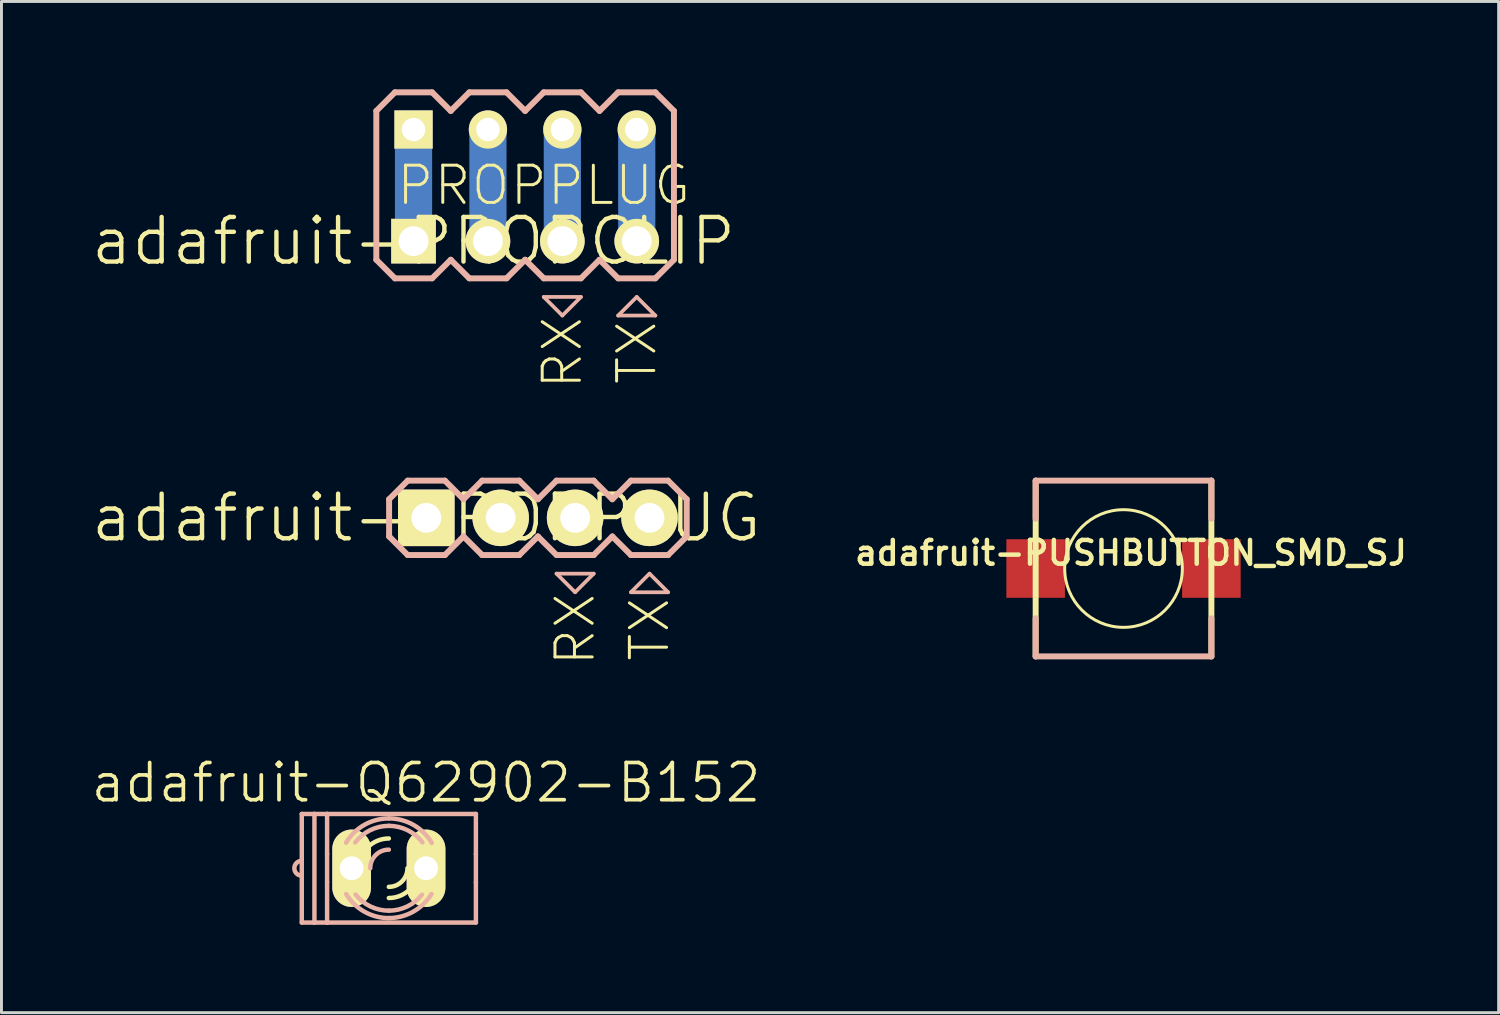
<source format=kicad_pcb>
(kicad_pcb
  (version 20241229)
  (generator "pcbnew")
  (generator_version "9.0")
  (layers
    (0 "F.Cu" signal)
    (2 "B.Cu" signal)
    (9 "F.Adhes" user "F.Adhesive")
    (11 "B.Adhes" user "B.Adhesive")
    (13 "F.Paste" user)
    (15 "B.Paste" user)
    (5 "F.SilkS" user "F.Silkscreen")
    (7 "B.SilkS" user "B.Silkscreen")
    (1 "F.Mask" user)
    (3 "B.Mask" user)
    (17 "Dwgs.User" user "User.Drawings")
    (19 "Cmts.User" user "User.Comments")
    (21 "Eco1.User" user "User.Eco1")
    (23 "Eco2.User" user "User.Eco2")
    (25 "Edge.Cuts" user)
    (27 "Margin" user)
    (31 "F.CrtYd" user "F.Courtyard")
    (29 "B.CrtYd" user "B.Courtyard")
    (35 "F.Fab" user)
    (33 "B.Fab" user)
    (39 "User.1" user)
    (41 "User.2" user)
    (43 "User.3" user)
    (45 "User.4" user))
  (footprint "adafruit-Q62902-B152"
    (layer "F.Cu")
    (at 10.224 26.59)
    (property "Reference" "adafruit-Q62902-B152" (at 1.27 -2.921 0) (layer "F.SilkS") (effects (font (size 1.27 1.27) (thickness 0.127))))
    (attr exclude_from_pos_files exclude_from_bom)
    (fp_arc (start -1.7018 0) (mid -1.636284 -0.467652) (end -1.44478 -0.899296) (stroke (width 0.1524) (type solid)) (layer "F.SilkS"))
    (fp_arc (start -1.4478 0) (mid -1.370559 -0.466576) (end -1.147077 -0.883368) (stroke (width 0.1524) (type solid)) (layer "F.SilkS"))
    (fp_arc (start -1.4478 0.889) (mid -1.634753 0.462631) (end -1.698954 0.001524) (stroke (width 0.1524) (type solid)) (layer "F.SilkS"))
    (fp_arc (start -1.1303 0.90424) (mid -1.365643 0.479842) (end -1.447489 0.001511) (stroke (width 0.1524) (type solid)) (layer "F.SilkS"))
    (fp_arc (start -1.016 0) (mid -0.71842 -0.71842) (end 0 -1.016) (stroke (width 0.1524) (type solid)) (layer "F.SilkS"))
    (fp_arc (start 0.635 0) (mid 0.449013 0.449013) (end 0 0.635) (stroke (width 0.1524) (type solid)) (layer "F.SilkS"))
    (fp_arc (start 1.016 0) (mid 0.71842 0.71842) (end 0 1.016) (stroke (width 0.1524) (type solid)) (layer "F.SilkS"))
    (fp_arc (start 1.13792 -0.89154) (mid 1.366181 -0.472497) (end 1.44558 -0.00197) (stroke (width 0.1524) (type solid)) (layer "F.SilkS"))
    (fp_arc (start 1.4478 0) (mid 1.365598 0.480903) (end 1.128326 0.907197) (stroke (width 0.1524) (type solid)) (layer "F.SilkS"))
    (fp_arc (start 1.45034 -0.88646) (mid 1.636107 -0.460925) (end 1.699793 -0.000998) (stroke (width 0.1524) (type solid)) (layer "F.SilkS"))
    (fp_arc (start 1.7018 0) (mid 1.636691 0.466224) (end 1.446347 0.896773) (stroke (width 0.1524) (type solid)) (layer "F.SilkS"))
    (fp_line (start -2.972 1.854) (end -2.972 -1.854) (stroke (width 0.152) (type solid)) (layer "B.SilkS"))
    (fp_line (start -2.54 -1.854) (end -2.972 -1.854) (stroke (width 0.152) (type solid)) (layer "B.SilkS"))
    (fp_line (start -2.54 1.854) (end -2.972 1.854) (stroke (width 0.152) (type solid)) (layer "B.SilkS"))
    (fp_line (start -2.54 1.854) (end -2.54 -1.854) (stroke (width 0.152) (type solid)) (layer "B.SilkS"))
    (fp_line (start -2.108 -1.854) (end -2.54 -1.854) (stroke (width 0.152) (type solid)) (layer "B.SilkS"))
    (fp_line (start -2.108 -1.854) (end -2.108 -0.483) (stroke (width 0.152) (type solid)) (layer "B.SilkS"))
    (fp_line (start -2.108 -1.854) (end 2.972 -1.854) (stroke (width 0.152) (type solid)) (layer "B.SilkS"))
    (fp_line (start -2.108 -0.483) (end -2.108 0.483) (stroke (width 0.152) (type solid)) (layer "B.SilkS"))
    (fp_line (start -2.108 0.483) (end -2.108 1.854) (stroke (width 0.152) (type solid)) (layer "B.SilkS"))
    (fp_line (start -2.108 1.854) (end -2.54 1.854) (stroke (width 0.152) (type solid)) (layer "B.SilkS"))
    (fp_line (start 2.972 -1.854) (end 2.972 -0.483) (stroke (width 0.152) (type solid)) (layer "B.SilkS"))
    (fp_line (start 2.972 -0.483) (end 2.972 0.483) (stroke (width 0.152) (type solid)) (layer "B.SilkS"))
    (fp_line (start 2.972 0.483) (end 2.972 1.854) (stroke (width 0.152) (type solid)) (layer "B.SilkS"))
    (fp_line (start 2.972 1.854) (end -2.108 1.854) (stroke (width 0.152) (type solid)) (layer "B.SilkS"))
    (fp_arc (start -2.9718 0.254) (mid -3.2258 0) (end -2.9718 -0.254) (stroke (width 0.1524) (type solid)) (layer "B.SilkS"))
    (fp_arc (start -1.4605 -0.87122) (mid -0.839566 -1.478923) (end 0.000504 -1.700613) (stroke (width 0.1524) (type solid)) (layer "B.SilkS"))
    (fp_arc (start -1.14808 -0.88138) (mid -0.64099 -1.29771) (end -0.002187 -1.447382) (stroke (width 0.1524) (type solid)) (layer "B.SilkS"))
    (fp_arc (start -0.635 0) (mid -0.449013 -0.449013) (end 0 -0.635) (stroke (width 0.1524) (type solid)) (layer "B.SilkS"))
    (fp_arc (start 0 -1.7018) (mid 0.844461 -1.477501) (end 1.466321 -0.863729) (stroke (width 0.1524) (type solid)) (layer "B.SilkS"))
    (fp_arc (start 0 -1.4478) (mid 0.639212 -1.299051) (end 1.147077 -0.883368) (stroke (width 0.1524) (type solid)) (layer "B.SilkS"))
    (fp_arc (start 0 1.4478) (mid -0.630127 1.303482) (end -1.134631 0.899298) (stroke (width 0.1524) (type solid)) (layer "B.SilkS"))
    (fp_arc (start 0 1.7018) (mid -0.83542 1.482632) (end -1.455659 0.881578) (stroke (width 0.1524) (type solid)) (layer "B.SilkS"))
    (fp_arc (start 1.1303 0.90424) (mid 0.627494 1.304408) (end 0.001015 1.44749) (stroke (width 0.1524) (type solid)) (layer "B.SilkS"))
    (fp_arc (start 1.45542 0.87884) (mid 0.836556 1.480129) (end 0.002219 1.700177) (stroke (width 0.1524) (type solid)) (layer "B.SilkS"))
    (pad "A" thru_hole oval (at 1.27 0 180) (size 1.321 2.642) (drill 0.813) (layers "*.Cu" "F.Mask" "F.SilkS" "F.Paste"))
    (pad "K" thru_hole oval (at -1.27 0 180) (size 1.321 2.642) (drill 0.813) (layers "*.Cu" "F.Mask" "F.SilkS" "F.Paste")))
  (footprint "adafruit-PUSHBUTTON_SMD_SJ"
    (layer "F.Cu")
    (at 35.304 16.358)
    (property "Reference" "adafruit-PUSHBUTTON_SMD_SJ" (at 0.254 -0.533 0) (layer "F.SilkS") (effects (font (size 0.813 0.813) (thickness 0.152))))
    (attr smd)
    (fp_line (start -3 3) (end -2.997 -3) (stroke (width 0.203) (type solid)) (layer "F.SilkS"))
    (fp_line (start -2.997 -3) (end 3 -3) (stroke (width 0.127) (type solid)) (layer "F.SilkS"))
    (fp_line (start 3 -3) (end 3 3) (stroke (width 0.203) (type solid)) (layer "F.SilkS"))
    (fp_line (start 3 3) (end -3 3) (stroke (width 0.127) (type solid)) (layer "F.SilkS"))
    (fp_circle (center 0 0) (end -1.42 1.42) (stroke (width 0.102) (type solid)) (fill no) (layer "F.SilkS"))
    (fp_line (start -3 -3) (end 3 -3) (stroke (width 0.203) (type solid)) (layer "B.SilkS"))
    (fp_line (start -3 -1.699) (end -3 -3) (stroke (width 0.203) (type solid)) (layer "B.SilkS"))
    (fp_line (start -3 3) (end -3 1.699) (stroke (width 0.203) (type solid)) (layer "B.SilkS"))
    (fp_line (start 3 -3) (end 3 -1.699) (stroke (width 0.203) (type solid)) (layer "B.SilkS"))
    (fp_line (start 3 1.699) (end 3 3) (stroke (width 0.203) (type solid)) (layer "B.SilkS"))
    (fp_line (start 3 3) (end -3 3) (stroke (width 0.203) (type solid)) (layer "B.SilkS"))
    (pad "P$1" smd rect (at 3 0) (size 1.999 1.999) (layers "F.Cu" "F.Mask" "F.Paste"))
    (pad "P$2" smd rect (at -3 0) (size 1.999 1.999) (layers "F.Cu" "F.Mask" "F.Paste")))
  (footprint "adafruit-PROPCLIP"
    (layer "F.Cu")
    (at 11.067 5.182)
    (property "Reference" "adafruit-PROPCLIP" (at 0 0 0) (layer "F.SilkS") (effects (font (size 1.524 1.524) (thickness 0.15))))
    (attr exclude_from_pos_files exclude_from_bom)
    (fp_line (start 0 0) (end 0 -3.81) (stroke (width 1.27) (type solid)) (layer "B.Cu"))
    (fp_line (start 2.54 0) (end 2.54 -3.81) (stroke (width 1.27) (type solid)) (layer "B.Cu"))
    (fp_line (start 5.08 0) (end 5.08 -3.81) (stroke (width 1.27) (type solid)) (layer "B.Cu"))
    (fp_line (start 7.62 0) (end 7.62 -3.81) (stroke (width 1.27) (type solid)) (layer "B.Cu"))
    (fp_line (start -0.254 -0.254) (end 0.254 -0.254) (stroke (width 0.066) (type solid)) (layer "F.SilkS"))
    (fp_line (start -0.254 0.254) (end -0.254 -0.254) (stroke (width 0.066) (type solid)) (layer "F.SilkS"))
    (fp_line (start -0.254 0.254) (end 0.254 0.254) (stroke (width 0.066) (type solid)) (layer "F.SilkS"))
    (fp_line (start 0.254 0.254) (end 0.254 -0.254) (stroke (width 0.066) (type solid)) (layer "F.SilkS"))
    (fp_line (start 2.286 -0.254) (end 2.794 -0.254) (stroke (width 0.066) (type solid)) (layer "F.SilkS"))
    (fp_line (start 2.286 0.254) (end 2.286 -0.254) (stroke (width 0.066) (type solid)) (layer "F.SilkS"))
    (fp_line (start 2.286 0.254) (end 2.794 0.254) (stroke (width 0.066) (type solid)) (layer "F.SilkS"))
    (fp_line (start 2.794 0.254) (end 2.794 -0.254) (stroke (width 0.066) (type solid)) (layer "F.SilkS"))
    (fp_line (start 4.826 -0.254) (end 5.334 -0.254) (stroke (width 0.066) (type solid)) (layer "F.SilkS"))
    (fp_line (start 4.826 0.254) (end 4.826 -0.254) (stroke (width 0.066) (type solid)) (layer "F.SilkS"))
    (fp_line (start 4.826 0.254) (end 5.334 0.254) (stroke (width 0.066) (type solid)) (layer "F.SilkS"))
    (fp_line (start 5.334 0.254) (end 5.334 -0.254) (stroke (width 0.066) (type solid)) (layer "F.SilkS"))
    (fp_line (start 7.366 -0.254) (end 7.874 -0.254) (stroke (width 0.066) (type solid)) (layer "F.SilkS"))
    (fp_line (start 7.366 0.254) (end 7.366 -0.254) (stroke (width 0.066) (type solid)) (layer "F.SilkS"))
    (fp_line (start 7.366 0.254) (end 7.874 0.254) (stroke (width 0.066) (type solid)) (layer "F.SilkS"))
    (fp_line (start 7.874 0.254) (end 7.874 -0.254) (stroke (width 0.066) (type solid)) (layer "F.SilkS"))
    (fp_line (start -1.27 -4.445) (end -1.27 0.635) (stroke (width 0.203) (type solid)) (layer "B.SilkS"))
    (fp_line (start -1.27 0.635) (end -0.635 1.27) (stroke (width 0.203) (type solid)) (layer "B.SilkS"))
    (fp_line (start -0.635 -5.08) (end -1.27 -4.445) (stroke (width 0.203) (type solid)) (layer "B.SilkS"))
    (fp_line (start -0.635 -5.08) (end 0.635 -5.08) (stroke (width 0.203) (type solid)) (layer "B.SilkS"))
    (fp_line (start 0.635 -5.08) (end 1.27 -4.445) (stroke (width 0.203) (type solid)) (layer "B.SilkS"))
    (fp_line (start 0.635 1.27) (end -0.635 1.27) (stroke (width 0.203) (type solid)) (layer "B.SilkS"))
    (fp_line (start 1.27 -4.445) (end 1.905 -5.08) (stroke (width 0.203) (type solid)) (layer "B.SilkS"))
    (fp_line (start 1.27 0.635) (end 0.635 1.27) (stroke (width 0.203) (type solid)) (layer "B.SilkS"))
    (fp_line (start 1.905 -5.08) (end 3.175 -5.08) (stroke (width 0.203) (type solid)) (layer "B.SilkS"))
    (fp_line (start 1.905 1.27) (end 1.27 0.635) (stroke (width 0.203) (type solid)) (layer "B.SilkS"))
    (fp_line (start 3.175 -5.08) (end 3.81 -4.445) (stroke (width 0.203) (type solid)) (layer "B.SilkS"))
    (fp_line (start 3.175 1.27) (end 1.905 1.27) (stroke (width 0.203) (type solid)) (layer "B.SilkS"))
    (fp_line (start 3.81 -4.445) (end 4.445 -5.08) (stroke (width 0.203) (type solid)) (layer "B.SilkS"))
    (fp_line (start 3.81 0.635) (end 3.175 1.27) (stroke (width 0.203) (type solid)) (layer "B.SilkS"))
    (fp_line (start 4.445 -5.08) (end 5.715 -5.08) (stroke (width 0.203) (type solid)) (layer "B.SilkS"))
    (fp_line (start 4.445 1.27) (end 3.81 0.635) (stroke (width 0.203) (type solid)) (layer "B.SilkS"))
    (fp_line (start 4.445 1.905) (end 5.715 1.905) (stroke (width 0.127) (type solid)) (layer "B.SilkS"))
    (fp_line (start 5.08 2.54) (end 4.445 1.905) (stroke (width 0.127) (type solid)) (layer "B.SilkS"))
    (fp_line (start 5.715 -5.08) (end 6.35 -4.445) (stroke (width 0.203) (type solid)) (layer "B.SilkS"))
    (fp_line (start 5.715 1.27) (end 4.445 1.27) (stroke (width 0.203) (type solid)) (layer "B.SilkS"))
    (fp_line (start 5.715 1.905) (end 5.08 2.54) (stroke (width 0.127) (type solid)) (layer "B.SilkS"))
    (fp_line (start 6.35 0.635) (end 5.715 1.27) (stroke (width 0.203) (type solid)) (layer "B.SilkS"))
    (fp_line (start 6.35 0.635) (end 6.985 1.27) (stroke (width 0.203) (type solid)) (layer "B.SilkS"))
    (fp_line (start 6.985 -5.08) (end 6.35 -4.445) (stroke (width 0.203) (type solid)) (layer "B.SilkS"))
    (fp_line (start 6.985 -5.08) (end 8.255 -5.08) (stroke (width 0.203) (type solid)) (layer "B.SilkS"))
    (fp_line (start 6.985 2.54) (end 8.255 2.54) (stroke (width 0.127) (type solid)) (layer "B.SilkS"))
    (fp_line (start 7.62 1.905) (end 6.985 2.54) (stroke (width 0.127) (type solid)) (layer "B.SilkS"))
    (fp_line (start 8.255 -5.08) (end 8.89 -4.445) (stroke (width 0.203) (type solid)) (layer "B.SilkS"))
    (fp_line (start 8.255 1.27) (end 6.985 1.27) (stroke (width 0.203) (type solid)) (layer "B.SilkS"))
    (fp_line (start 8.255 2.54) (end 7.62 1.905) (stroke (width 0.127) (type solid)) (layer "B.SilkS"))
    (fp_line (start 8.89 -4.445) (end 8.89 0.635) (stroke (width 0.203) (type solid)) (layer "B.SilkS"))
    (fp_line (start 8.89 0.635) (end 8.255 1.27) (stroke (width 0.203) (type solid)) (layer "B.SilkS"))
    (fp_text user "RX" (at 5.08 3.81 270) (layer "F.SilkS") (effects (font (size 1.27 1.27) (thickness 0.102))))
    (fp_text user "TX" (at 7.62 3.81 270) (layer "F.SilkS") (effects (font (size 1.27 1.27) (thickness 0.102))))
    (fp_text user "PROPPLUG" (at 4.445 -1.905 0) (layer "F.SilkS") (effects (font (size 1.27 1.27) (thickness 0.102))))
    (pad "GND" thru_hole rect (at 0 0) (size 1.524 1.524) (drill 1.016) (layers "*.Cu" "F.Mask" "F.SilkS" "F.Paste"))
    (pad "P$1" thru_hole rect (at 0 -3.81) (size 1.306 1.306) (drill 0.798) (layers "*.Cu" "F.Mask" "F.SilkS" "F.Paste"))
    (pad "P$2" thru_hole circle (at 2.54 -3.81) (size 1.306 1.306) (drill 0.798) (layers "*.Cu" "F.Mask" "F.SilkS" "F.Paste"))
    (pad "P$3" thru_hole circle (at 5.08 -3.81) (size 1.306 1.306) (drill 0.798) (layers "*.Cu" "F.Mask" "F.SilkS" "F.Paste"))
    (pad "P$4" thru_hole circle (at 7.62 -3.81) (size 1.306 1.306) (drill 0.798) (layers "*.Cu" "F.Mask" "F.SilkS" "F.Paste"))
    (pad "RST" thru_hole circle (at 2.54 0) (size 1.524 1.524) (drill 1.016) (layers "*.Cu" "F.Mask" "F.SilkS" "F.Paste"))
    (pad "RX" thru_hole circle (at 5.08 0) (size 1.524 1.524) (drill 1.016) (layers "*.Cu" "F.Mask" "F.SilkS" "F.Paste"))
    (pad "TX" thru_hole circle (at 7.62 0) (size 1.524 1.524) (drill 1.016) (layers "*.Cu" "F.Mask" "F.SilkS" "F.Paste")))
  (footprint "adafruit-PROPPLUG"
    (layer "F.Cu")
    (at 11.503 14.628)
    (property "Reference" "adafruit-PROPPLUG" (at 0 0 0) (layer "F.SilkS") (effects (font (size 1.524 1.524) (thickness 0.15))))
    (attr exclude_from_pos_files exclude_from_bom)
    (fp_line (start -0.254 -0.254) (end 0.254 -0.254) (stroke (width 0.066) (type solid)) (layer "F.SilkS"))
    (fp_line (start -0.254 0.254) (end -0.254 -0.254) (stroke (width 0.066) (type solid)) (layer "F.SilkS"))
    (fp_line (start -0.254 0.254) (end 0.254 0.254) (stroke (width 0.066) (type solid)) (layer "F.SilkS"))
    (fp_line (start 0.254 0.254) (end 0.254 -0.254) (stroke (width 0.066) (type solid)) (layer "F.SilkS"))
    (fp_line (start 2.286 -0.254) (end 2.794 -0.254) (stroke (width 0.066) (type solid)) (layer "F.SilkS"))
    (fp_line (start 2.286 0.254) (end 2.286 -0.254) (stroke (width 0.066) (type solid)) (layer "F.SilkS"))
    (fp_line (start 2.286 0.254) (end 2.794 0.254) (stroke (width 0.066) (type solid)) (layer "F.SilkS"))
    (fp_line (start 2.794 0.254) (end 2.794 -0.254) (stroke (width 0.066) (type solid)) (layer "F.SilkS"))
    (fp_line (start 4.826 -0.254) (end 5.334 -0.254) (stroke (width 0.066) (type solid)) (layer "F.SilkS"))
    (fp_line (start 4.826 0.254) (end 4.826 -0.254) (stroke (width 0.066) (type solid)) (layer "F.SilkS"))
    (fp_line (start 4.826 0.254) (end 5.334 0.254) (stroke (width 0.066) (type solid)) (layer "F.SilkS"))
    (fp_line (start 5.334 0.254) (end 5.334 -0.254) (stroke (width 0.066) (type solid)) (layer "F.SilkS"))
    (fp_line (start 7.366 -0.254) (end 7.874 -0.254) (stroke (width 0.066) (type solid)) (layer "F.SilkS"))
    (fp_line (start 7.366 0.254) (end 7.366 -0.254) (stroke (width 0.066) (type solid)) (layer "F.SilkS"))
    (fp_line (start 7.366 0.254) (end 7.874 0.254) (stroke (width 0.066) (type solid)) (layer "F.SilkS"))
    (fp_line (start 7.874 0.254) (end 7.874 -0.254) (stroke (width 0.066) (type solid)) (layer "F.SilkS"))
    (fp_line (start -1.27 -0.635) (end -1.27 0.635) (stroke (width 0.203) (type solid)) (layer "B.SilkS"))
    (fp_line (start -1.27 0.635) (end -0.635 1.27) (stroke (width 0.203) (type solid)) (layer "B.SilkS"))
    (fp_line (start -0.635 -1.27) (end -1.27 -0.635) (stroke (width 0.203) (type solid)) (layer "B.SilkS"))
    (fp_line (start -0.635 -1.27) (end 0.635 -1.27) (stroke (width 0.203) (type solid)) (layer "B.SilkS"))
    (fp_line (start 0.635 -1.27) (end 1.27 -0.635) (stroke (width 0.203) (type solid)) (layer "B.SilkS"))
    (fp_line (start 0.635 1.27) (end -0.635 1.27) (stroke (width 0.203) (type solid)) (layer "B.SilkS"))
    (fp_line (start 1.27 -0.635) (end 1.905 -1.27) (stroke (width 0.203) (type solid)) (layer "B.SilkS"))
    (fp_line (start 1.27 0.635) (end 0.635 1.27) (stroke (width 0.203) (type solid)) (layer "B.SilkS"))
    (fp_line (start 1.905 -1.27) (end 3.175 -1.27) (stroke (width 0.203) (type solid)) (layer "B.SilkS"))
    (fp_line (start 1.905 1.27) (end 1.27 0.635) (stroke (width 0.203) (type solid)) (layer "B.SilkS"))
    (fp_line (start 3.175 -1.27) (end 3.81 -0.635) (stroke (width 0.203) (type solid)) (layer "B.SilkS"))
    (fp_line (start 3.175 1.27) (end 1.905 1.27) (stroke (width 0.203) (type solid)) (layer "B.SilkS"))
    (fp_line (start 3.81 -0.635) (end 4.445 -1.27) (stroke (width 0.203) (type solid)) (layer "B.SilkS"))
    (fp_line (start 3.81 0.635) (end 3.175 1.27) (stroke (width 0.203) (type solid)) (layer "B.SilkS"))
    (fp_line (start 4.445 -1.27) (end 5.715 -1.27) (stroke (width 0.203) (type solid)) (layer "B.SilkS"))
    (fp_line (start 4.445 1.27) (end 3.81 0.635) (stroke (width 0.203) (type solid)) (layer "B.SilkS"))
    (fp_line (start 4.445 1.905) (end 5.715 1.905) (stroke (width 0.127) (type solid)) (layer "B.SilkS"))
    (fp_line (start 5.08 2.54) (end 4.445 1.905) (stroke (width 0.127) (type solid)) (layer "B.SilkS"))
    (fp_line (start 5.715 -1.27) (end 6.35 -0.635) (stroke (width 0.203) (type solid)) (layer "B.SilkS"))
    (fp_line (start 5.715 1.27) (end 4.445 1.27) (stroke (width 0.203) (type solid)) (layer "B.SilkS"))
    (fp_line (start 5.715 1.905) (end 5.08 2.54) (stroke (width 0.127) (type solid)) (layer "B.SilkS"))
    (fp_line (start 6.35 0.635) (end 5.715 1.27) (stroke (width 0.203) (type solid)) (layer "B.SilkS"))
    (fp_line (start 6.35 0.635) (end 6.985 1.27) (stroke (width 0.203) (type solid)) (layer "B.SilkS"))
    (fp_line (start 6.985 -1.27) (end 6.35 -0.635) (stroke (width 0.203) (type solid)) (layer "B.SilkS"))
    (fp_line (start 6.985 -1.27) (end 8.255 -1.27) (stroke (width 0.203) (type solid)) (layer "B.SilkS"))
    (fp_line (start 6.985 2.54) (end 8.255 2.54) (stroke (width 0.127) (type solid)) (layer "B.SilkS"))
    (fp_line (start 7.62 1.905) (end 6.985 2.54) (stroke (width 0.127) (type solid)) (layer "B.SilkS"))
    (fp_line (start 8.255 -1.27) (end 8.89 -0.635) (stroke (width 0.203) (type solid)) (layer "B.SilkS"))
    (fp_line (start 8.255 1.27) (end 6.985 1.27) (stroke (width 0.203) (type solid)) (layer "B.SilkS"))
    (fp_line (start 8.255 2.54) (end 7.62 1.905) (stroke (width 0.127) (type solid)) (layer "B.SilkS"))
    (fp_line (start 8.89 -0.635) (end 8.89 0.635) (stroke (width 0.203) (type solid)) (layer "B.SilkS"))
    (fp_line (start 8.89 0.635) (end 8.255 1.27) (stroke (width 0.203) (type solid)) (layer "B.SilkS"))
    (fp_text user "TX" (at 7.62 3.81 270) (layer "F.SilkS") (effects (font (size 1.27 1.27) (thickness 0.102))))
    (fp_text user "RX" (at 5.08 3.81 270) (layer "F.SilkS") (effects (font (size 1.27 1.27) (thickness 0.102))))
    (pad "GND" thru_hole rect (at 0 0) (size 1.93 1.93) (drill 1.016) (layers "*.Cu" "F.Mask" "F.SilkS" "F.Paste"))
    (pad "RST" thru_hole circle (at 2.54 0) (size 1.93 1.93) (drill 1.016) (layers "*.Cu" "F.Mask" "F.SilkS" "F.Paste"))
    (pad "RX" thru_hole circle (at 5.08 0) (size 1.93 1.93) (drill 1.016) (layers "*.Cu" "F.Mask" "F.SilkS" "F.Paste"))
    (pad "TX" thru_hole circle (at 7.62 0) (size 1.93 1.93) (drill 1.016) (layers "*.Cu" "F.Mask" "F.SilkS" "F.Paste")))
  (gr_rect
    (start -3 -3)
    (end 48.11 31.521)
    (stroke (width 0.1) (type default))
    (fill no)
    (layer "Edge.Cuts")))
</source>
